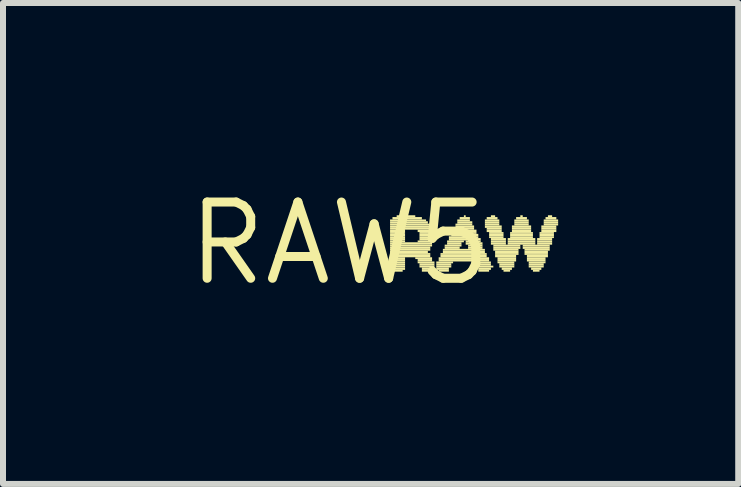
<source format=kicad_pcb>
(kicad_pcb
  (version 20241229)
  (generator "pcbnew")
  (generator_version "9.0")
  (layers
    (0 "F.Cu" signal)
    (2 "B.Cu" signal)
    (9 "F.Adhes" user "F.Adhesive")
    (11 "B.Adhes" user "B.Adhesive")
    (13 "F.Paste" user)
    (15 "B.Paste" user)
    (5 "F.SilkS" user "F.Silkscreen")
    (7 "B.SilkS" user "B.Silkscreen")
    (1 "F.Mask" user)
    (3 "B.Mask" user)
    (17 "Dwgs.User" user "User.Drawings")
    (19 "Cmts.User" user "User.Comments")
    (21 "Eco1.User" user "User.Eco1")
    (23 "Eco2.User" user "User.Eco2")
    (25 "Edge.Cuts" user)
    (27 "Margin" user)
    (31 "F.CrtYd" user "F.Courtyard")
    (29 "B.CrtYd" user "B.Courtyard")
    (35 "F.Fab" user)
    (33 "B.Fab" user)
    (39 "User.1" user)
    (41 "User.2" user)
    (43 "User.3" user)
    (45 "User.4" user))
  (footprint "RAW5"
    (layer "F.Cu")
    (at 2.608 1.006)
    (property "Reference" "RAW5" (at 0 0 0) (layer "F.SilkS") (effects (font (size 1.27 1.27) (thickness 0.15))))
    (attr through_hole)
    (fp_poly (pts (xy 0.84 -0.37) (xy 1.44 -0.37) (xy 1.44 -0.4) (xy 0.84 -0.4)) (stroke (width 0) (type solid)) (fill yes) (layer "F.SilkS"))
    (fp_poly (pts (xy 0.84 -0.33) (xy 1.47 -0.33) (xy 1.47 -0.37) (xy 0.84 -0.37)) (stroke (width 0) (type solid)) (fill yes) (layer "F.SilkS"))
    (fp_poly (pts (xy 0.84 -0.3) (xy 1.51 -0.3) (xy 1.51 -0.33) (xy 0.84 -0.33)) (stroke (width 0) (type solid)) (fill yes) (layer "F.SilkS"))
    (fp_poly (pts (xy 0.84 -0.26) (xy 1.54 -0.26) (xy 1.54 -0.3) (xy 0.84 -0.3)) (stroke (width 0) (type solid)) (fill yes) (layer "F.SilkS"))
    (fp_poly (pts (xy 0.84 -0.23) (xy 1.54 -0.23) (xy 1.54 -0.26) (xy 0.84 -0.26)) (stroke (width 0) (type solid)) (fill yes) (layer "F.SilkS"))
    (fp_poly (pts (xy 0.84 -0.19) (xy 1.09 -0.19) (xy 1.09 -0.23) (xy 0.84 -0.23)) (stroke (width 0) (type solid)) (fill yes) (layer "F.SilkS"))
    (fp_poly (pts (xy 0.84 -0.16) (xy 1.09 -0.16) (xy 1.09 -0.19) (xy 0.84 -0.19)) (stroke (width 0) (type solid)) (fill yes) (layer "F.SilkS"))
    (fp_poly (pts (xy 0.84 -0.12) (xy 1.09 -0.12) (xy 1.09 -0.16) (xy 0.84 -0.16)) (stroke (width 0) (type solid)) (fill yes) (layer "F.SilkS"))
    (fp_poly (pts (xy 0.84 -0.09) (xy 1.09 -0.09) (xy 1.09 -0.12) (xy 0.84 -0.12)) (stroke (width 0) (type solid)) (fill yes) (layer "F.SilkS"))
    (fp_poly (pts (xy 0.84 -0.05) (xy 1.09 -0.05) (xy 1.09 -0.09) (xy 0.84 -0.09)) (stroke (width 0) (type solid)) (fill yes) (layer "F.SilkS"))
    (fp_poly (pts (xy 0.84 -0.02) (xy 1.09 -0.02) (xy 1.09 -0.05) (xy 0.84 -0.05)) (stroke (width 0) (type solid)) (fill yes) (layer "F.SilkS"))
    (fp_poly (pts (xy 0.84 0.02) (xy 1.54 0.02) (xy 1.54 -0.02) (xy 0.84 -0.02)) (stroke (width 0) (type solid)) (fill yes) (layer "F.SilkS"))
    (fp_poly (pts (xy 0.84 0.05) (xy 1.54 0.05) (xy 1.54 0.02) (xy 0.84 0.02)) (stroke (width 0) (type solid)) (fill yes) (layer "F.SilkS"))
    (fp_poly (pts (xy 0.84 0.09) (xy 1.51 0.09) (xy 1.51 0.05) (xy 0.84 0.05)) (stroke (width 0) (type solid)) (fill yes) (layer "F.SilkS"))
    (fp_poly (pts (xy 0.84 0.12) (xy 1.51 0.12) (xy 1.51 0.09) (xy 0.84 0.09)) (stroke (width 0) (type solid)) (fill yes) (layer "F.SilkS"))
    (fp_poly (pts (xy 0.84 0.16) (xy 1.47 0.16) (xy 1.47 0.12) (xy 0.84 0.12)) (stroke (width 0) (type solid)) (fill yes) (layer "F.SilkS"))
    (fp_poly (pts (xy 0.84 0.19) (xy 1.51 0.19) (xy 1.51 0.16) (xy 0.84 0.16)) (stroke (width 0) (type solid)) (fill yes) (layer "F.SilkS"))
    (fp_poly (pts (xy 0.84 0.23) (xy 1.51 0.23) (xy 1.51 0.19) (xy 0.84 0.19)) (stroke (width 0) (type solid)) (fill yes) (layer "F.SilkS"))
    (fp_poly (pts (xy 0.84 0.26) (xy 1.09 0.26) (xy 1.09 0.23) (xy 0.84 0.23)) (stroke (width 0) (type solid)) (fill yes) (layer "F.SilkS"))
    (fp_poly (pts (xy 0.84 0.3) (xy 1.09 0.3) (xy 1.09 0.26) (xy 0.84 0.26)) (stroke (width 0) (type solid)) (fill yes) (layer "F.SilkS"))
    (fp_poly (pts (xy 0.84 0.33) (xy 1.09 0.33) (xy 1.09 0.3) (xy 0.84 0.3)) (stroke (width 0) (type solid)) (fill yes) (layer "F.SilkS"))
    (fp_poly (pts (xy 0.84 0.37) (xy 1.09 0.37) (xy 1.09 0.33) (xy 0.84 0.33)) (stroke (width 0) (type solid)) (fill yes) (layer "F.SilkS"))
    (fp_poly (pts (xy 0.84 0.4) (xy 1.09 0.4) (xy 1.09 0.37) (xy 0.84 0.37)) (stroke (width 0) (type solid)) (fill yes) (layer "F.SilkS"))
    (fp_poly (pts (xy 0.84 0.44) (xy 1.09 0.44) (xy 1.09 0.4) (xy 0.84 0.4)) (stroke (width 0) (type solid)) (fill yes) (layer "F.SilkS"))
    (fp_poly (pts (xy 0.88 -0.4) (xy 1.37 -0.4) (xy 1.37 -0.44) (xy 0.88 -0.44)) (stroke (width 0) (type solid)) (fill yes) (layer "F.SilkS"))
    (fp_poly (pts (xy 0.88 0.47) (xy 1.05 0.47) (xy 1.05 0.44) (xy 0.88 0.44)) (stroke (width 0) (type solid)) (fill yes) (layer "F.SilkS"))
    (fp_poly (pts (xy 0.95 -0.44) (xy 1.26 -0.44) (xy 1.26 -0.47) (xy 0.95 -0.47)) (stroke (width 0) (type solid)) (fill yes) (layer "F.SilkS"))
    (fp_poly (pts (xy 1.26 0.26) (xy 1.54 0.26) (xy 1.54 0.23) (xy 1.26 0.23)) (stroke (width 0) (type solid)) (fill yes) (layer "F.SilkS"))
    (fp_poly (pts (xy 1.3 -0.19) (xy 1.58 -0.19) (xy 1.58 -0.23) (xy 1.3 -0.23)) (stroke (width 0) (type solid)) (fill yes) (layer "F.SilkS"))
    (fp_poly (pts (xy 1.3 -0.02) (xy 1.58 -0.02) (xy 1.58 -0.05) (xy 1.3 -0.05)) (stroke (width 0) (type solid)) (fill yes) (layer "F.SilkS"))
    (fp_poly (pts (xy 1.3 0.3) (xy 1.54 0.3) (xy 1.54 0.26) (xy 1.3 0.26)) (stroke (width 0) (type solid)) (fill yes) (layer "F.SilkS"))
    (fp_poly (pts (xy 1.3 0.33) (xy 1.58 0.33) (xy 1.58 0.3) (xy 1.3 0.3)) (stroke (width 0) (type solid)) (fill yes) (layer "F.SilkS"))
    (fp_poly (pts (xy 1.33 -0.16) (xy 1.58 -0.16) (xy 1.58 -0.19) (xy 1.33 -0.19)) (stroke (width 0) (type solid)) (fill yes) (layer "F.SilkS"))
    (fp_poly (pts (xy 1.33 -0.12) (xy 1.58 -0.12) (xy 1.58 -0.16) (xy 1.33 -0.16)) (stroke (width 0) (type solid)) (fill yes) (layer "F.SilkS"))
    (fp_poly (pts (xy 1.33 -0.09) (xy 1.58 -0.09) (xy 1.58 -0.12) (xy 1.33 -0.12)) (stroke (width 0) (type solid)) (fill yes) (layer "F.SilkS"))
    (fp_poly (pts (xy 1.33 -0.05) (xy 1.58 -0.05) (xy 1.58 -0.09) (xy 1.33 -0.09)) (stroke (width 0) (type solid)) (fill yes) (layer "F.SilkS"))
    (fp_poly (pts (xy 1.33 0.37) (xy 1.58 0.37) (xy 1.58 0.33) (xy 1.33 0.33)) (stroke (width 0) (type solid)) (fill yes) (layer "F.SilkS"))
    (fp_poly (pts (xy 1.33 0.4) (xy 1.58 0.4) (xy 1.58 0.37) (xy 1.33 0.37)) (stroke (width 0) (type solid)) (fill yes) (layer "F.SilkS"))
    (fp_poly (pts (xy 1.37 0.44) (xy 1.58 0.44) (xy 1.58 0.4) (xy 1.37 0.4)) (stroke (width 0) (type solid)) (fill yes) (layer "F.SilkS"))
    (fp_poly (pts (xy 1.37 0.47) (xy 1.54 0.47) (xy 1.54 0.44) (xy 1.37 0.44)) (stroke (width 0) (type solid)) (fill yes) (layer "F.SilkS"))
    (fp_poly (pts (xy 1.61 0.33) (xy 1.89 0.33) (xy 1.89 0.3) (xy 1.61 0.3)) (stroke (width 0) (type solid)) (fill yes) (layer "F.SilkS"))
    (fp_poly (pts (xy 1.61 0.37) (xy 1.86 0.37) (xy 1.86 0.33) (xy 1.61 0.33)) (stroke (width 0) (type solid)) (fill yes) (layer "F.SilkS"))
    (fp_poly (pts (xy 1.61 0.4) (xy 1.86 0.4) (xy 1.86 0.37) (xy 1.61 0.37)) (stroke (width 0) (type solid)) (fill yes) (layer "F.SilkS"))
    (fp_poly (pts (xy 1.61 0.44) (xy 1.82 0.44) (xy 1.82 0.4) (xy 1.61 0.4)) (stroke (width 0) (type solid)) (fill yes) (layer "F.SilkS"))
    (fp_poly (pts (xy 1.65 0.26) (xy 2.49 0.26) (xy 2.49 0.23) (xy 1.65 0.23)) (stroke (width 0) (type solid)) (fill yes) (layer "F.SilkS"))
    (fp_poly (pts (xy 1.65 0.3) (xy 2.49 0.3) (xy 2.49 0.26) (xy 1.65 0.26)) (stroke (width 0) (type solid)) (fill yes) (layer "F.SilkS"))
    (fp_poly (pts (xy 1.65 0.47) (xy 1.82 0.47) (xy 1.82 0.44) (xy 1.65 0.44)) (stroke (width 0) (type solid)) (fill yes) (layer "F.SilkS"))
    (fp_poly (pts (xy 1.68 0.19) (xy 2.45 0.19) (xy 2.45 0.16) (xy 1.68 0.16)) (stroke (width 0) (type solid)) (fill yes) (layer "F.SilkS"))
    (fp_poly (pts (xy 1.68 0.23) (xy 2.45 0.23) (xy 2.45 0.19) (xy 1.68 0.19)) (stroke (width 0) (type solid)) (fill yes) (layer "F.SilkS"))
    (fp_poly (pts (xy 1.72 0.12) (xy 2.42 0.12) (xy 2.42 0.09) (xy 1.72 0.09)) (stroke (width 0) (type solid)) (fill yes) (layer "F.SilkS"))
    (fp_poly (pts (xy 1.72 0.16) (xy 2.42 0.16) (xy 2.42 0.12) (xy 1.72 0.12)) (stroke (width 0) (type solid)) (fill yes) (layer "F.SilkS"))
    (fp_poly (pts (xy 1.75 0.05) (xy 2.03 0.05) (xy 2.03 0.02) (xy 1.75 0.02)) (stroke (width 0) (type solid)) (fill yes) (layer "F.SilkS"))
    (fp_poly (pts (xy 1.75 0.09) (xy 2 0.09) (xy 2 0.05) (xy 1.75 0.05)) (stroke (width 0) (type solid)) (fill yes) (layer "F.SilkS"))
    (fp_poly (pts (xy 1.79 -0.02) (xy 2.07 -0.02) (xy 2.07 -0.05) (xy 1.79 -0.05)) (stroke (width 0) (type solid)) (fill yes) (layer "F.SilkS"))
    (fp_poly (pts (xy 1.79 0.02) (xy 2.03 0.02) (xy 2.03 -0.02) (xy 1.79 -0.02)) (stroke (width 0) (type solid)) (fill yes) (layer "F.SilkS"))
    (fp_poly (pts (xy 1.82 -0.09) (xy 2.31 -0.09) (xy 2.31 -0.12) (xy 1.82 -0.12)) (stroke (width 0) (type solid)) (fill yes) (layer "F.SilkS"))
    (fp_poly (pts (xy 1.82 -0.05) (xy 2.35 -0.05) (xy 2.35 -0.09) (xy 1.82 -0.09)) (stroke (width 0) (type solid)) (fill yes) (layer "F.SilkS"))
    (fp_poly (pts (xy 1.86 -0.16) (xy 2.28 -0.16) (xy 2.28 -0.19) (xy 1.86 -0.19)) (stroke (width 0) (type solid)) (fill yes) (layer "F.SilkS"))
    (fp_poly (pts (xy 1.86 -0.12) (xy 2.31 -0.12) (xy 2.31 -0.16) (xy 1.86 -0.16)) (stroke (width 0) (type solid)) (fill yes) (layer "F.SilkS"))
    (fp_poly (pts (xy 1.89 -0.23) (xy 2.24 -0.23) (xy 2.24 -0.26) (xy 1.89 -0.26)) (stroke (width 0) (type solid)) (fill yes) (layer "F.SilkS"))
    (fp_poly (pts (xy 1.89 -0.19) (xy 2.28 -0.19) (xy 2.28 -0.23) (xy 1.89 -0.23)) (stroke (width 0) (type solid)) (fill yes) (layer "F.SilkS"))
    (fp_poly (pts (xy 1.93 -0.3) (xy 2.21 -0.3) (xy 2.21 -0.33) (xy 1.93 -0.33)) (stroke (width 0) (type solid)) (fill yes) (layer "F.SilkS"))
    (fp_poly (pts (xy 1.93 -0.26) (xy 2.24 -0.26) (xy 2.24 -0.3) (xy 1.93 -0.3)) (stroke (width 0) (type solid)) (fill yes) (layer "F.SilkS"))
    (fp_poly (pts (xy 1.96 -0.37) (xy 2.17 -0.37) (xy 2.17 -0.4) (xy 1.96 -0.4)) (stroke (width 0) (type solid)) (fill yes) (layer "F.SilkS"))
    (fp_poly (pts (xy 1.96 -0.33) (xy 2.21 -0.33) (xy 2.21 -0.37) (xy 1.96 -0.37)) (stroke (width 0) (type solid)) (fill yes) (layer "F.SilkS"))
    (fp_poly (pts (xy 2 -0.4) (xy 2.17 -0.4) (xy 2.17 -0.44) (xy 2 -0.44)) (stroke (width 0) (type solid)) (fill yes) (layer "F.SilkS"))
    (fp_poly (pts (xy 2.07 -0.44) (xy 2.1 -0.44) (xy 2.1 -0.47) (xy 2.07 -0.47)) (stroke (width 0) (type solid)) (fill yes) (layer "F.SilkS"))
    (fp_poly (pts (xy 2.1 -0.02) (xy 2.35 -0.02) (xy 2.35 -0.05) (xy 2.1 -0.05)) (stroke (width 0) (type solid)) (fill yes) (layer "F.SilkS"))
    (fp_poly (pts (xy 2.1 0.02) (xy 2.38 0.02) (xy 2.38 -0.02) (xy 2.1 -0.02)) (stroke (width 0) (type solid)) (fill yes) (layer "F.SilkS"))
    (fp_poly (pts (xy 2.14 0.05) (xy 2.38 0.05) (xy 2.38 0.02) (xy 2.14 0.02)) (stroke (width 0) (type solid)) (fill yes) (layer "F.SilkS"))
    (fp_poly (pts (xy 2.14 0.09) (xy 2.38 0.09) (xy 2.38 0.05) (xy 2.14 0.05)) (stroke (width 0) (type solid)) (fill yes) (layer "F.SilkS"))
    (fp_poly (pts (xy 2.24 0.33) (xy 2.52 0.33) (xy 2.52 0.3) (xy 2.24 0.3)) (stroke (width 0) (type solid)) (fill yes) (layer "F.SilkS"))
    (fp_poly (pts (xy 2.28 0.37) (xy 2.52 0.37) (xy 2.52 0.33) (xy 2.28 0.33)) (stroke (width 0) (type solid)) (fill yes) (layer "F.SilkS"))
    (fp_poly (pts (xy 2.28 0.4) (xy 2.56 0.4) (xy 2.56 0.37) (xy 2.28 0.37)) (stroke (width 0) (type solid)) (fill yes) (layer "F.SilkS"))
    (fp_poly (pts (xy 2.31 0.44) (xy 2.52 0.44) (xy 2.52 0.4) (xy 2.31 0.4)) (stroke (width 0) (type solid)) (fill yes) (layer "F.SilkS"))
    (fp_poly (pts (xy 2.31 0.47) (xy 2.49 0.47) (xy 2.49 0.44) (xy 2.31 0.44)) (stroke (width 0) (type solid)) (fill yes) (layer "F.SilkS"))
    (fp_poly (pts (xy 2.42 -0.37) (xy 2.66 -0.37) (xy 2.66 -0.4) (xy 2.42 -0.4)) (stroke (width 0) (type solid)) (fill yes) (layer "F.SilkS"))
    (fp_poly (pts (xy 2.42 -0.33) (xy 2.66 -0.33) (xy 2.66 -0.37) (xy 2.42 -0.37)) (stroke (width 0) (type solid)) (fill yes) (layer "F.SilkS"))
    (fp_poly (pts (xy 2.42 -0.3) (xy 2.66 -0.3) (xy 2.66 -0.33) (xy 2.42 -0.33)) (stroke (width 0) (type solid)) (fill yes) (layer "F.SilkS"))
    (fp_poly (pts (xy 2.42 -0.26) (xy 2.7 -0.26) (xy 2.7 -0.3) (xy 2.42 -0.3)) (stroke (width 0) (type solid)) (fill yes) (layer "F.SilkS"))
    (fp_poly (pts (xy 2.45 -0.4) (xy 2.63 -0.4) (xy 2.63 -0.44) (xy 2.45 -0.44)) (stroke (width 0) (type solid)) (fill yes) (layer "F.SilkS"))
    (fp_poly (pts (xy 2.45 -0.23) (xy 2.7 -0.23) (xy 2.7 -0.26) (xy 2.45 -0.26)) (stroke (width 0) (type solid)) (fill yes) (layer "F.SilkS"))
    (fp_poly (pts (xy 2.45 -0.19) (xy 2.7 -0.19) (xy 2.7 -0.23) (xy 2.45 -0.23)) (stroke (width 0) (type solid)) (fill yes) (layer "F.SilkS"))
    (fp_poly (pts (xy 2.49 -0.16) (xy 2.73 -0.16) (xy 2.73 -0.19) (xy 2.49 -0.19)) (stroke (width 0) (type solid)) (fill yes) (layer "F.SilkS"))
    (fp_poly (pts (xy 2.49 -0.12) (xy 2.73 -0.12) (xy 2.73 -0.16) (xy 2.49 -0.16)) (stroke (width 0) (type solid)) (fill yes) (layer "F.SilkS"))
    (fp_poly (pts (xy 2.49 -0.09) (xy 2.73 -0.09) (xy 2.73 -0.12) (xy 2.49 -0.12)) (stroke (width 0) (type solid)) (fill yes) (layer "F.SilkS"))
    (fp_poly (pts (xy 2.52 -0.44) (xy 2.59 -0.44) (xy 2.59 -0.47) (xy 2.52 -0.47)) (stroke (width 0) (type solid)) (fill yes) (layer "F.SilkS"))
    (fp_poly (pts (xy 2.52 -0.05) (xy 2.77 -0.05) (xy 2.77 -0.09) (xy 2.52 -0.09)) (stroke (width 0) (type solid)) (fill yes) (layer "F.SilkS"))
    (fp_poly (pts (xy 2.52 -0.02) (xy 2.77 -0.02) (xy 2.77 -0.05) (xy 2.52 -0.05)) (stroke (width 0) (type solid)) (fill yes) (layer "F.SilkS"))
    (fp_poly (pts (xy 2.52 0.02) (xy 2.77 0.02) (xy 2.77 -0.02) (xy 2.52 -0.02)) (stroke (width 0) (type solid)) (fill yes) (layer "F.SilkS"))
    (fp_poly (pts (xy 2.56 0.05) (xy 3.01 0.05) (xy 3.01 0.02) (xy 2.56 0.02)) (stroke (width 0) (type solid)) (fill yes) (layer "F.SilkS"))
    (fp_poly (pts (xy 2.56 0.09) (xy 3.01 0.09) (xy 3.01 0.05) (xy 2.56 0.05)) (stroke (width 0) (type solid)) (fill yes) (layer "F.SilkS"))
    (fp_poly (pts (xy 2.56 0.12) (xy 2.98 0.12) (xy 2.98 0.09) (xy 2.56 0.09)) (stroke (width 0) (type solid)) (fill yes) (layer "F.SilkS"))
    (fp_poly (pts (xy 2.59 0.16) (xy 2.98 0.16) (xy 2.98 0.12) (xy 2.59 0.12)) (stroke (width 0) (type solid)) (fill yes) (layer "F.SilkS"))
    (fp_poly (pts (xy 2.59 0.19) (xy 2.98 0.19) (xy 2.98 0.16) (xy 2.59 0.16)) (stroke (width 0) (type solid)) (fill yes) (layer "F.SilkS"))
    (fp_poly (pts (xy 2.59 0.23) (xy 2.94 0.23) (xy 2.94 0.19) (xy 2.59 0.19)) (stroke (width 0) (type solid)) (fill yes) (layer "F.SilkS"))
    (fp_poly (pts (xy 2.63 0.26) (xy 2.94 0.26) (xy 2.94 0.23) (xy 2.63 0.23)) (stroke (width 0) (type solid)) (fill yes) (layer "F.SilkS"))
    (fp_poly (pts (xy 2.63 0.3) (xy 2.94 0.3) (xy 2.94 0.26) (xy 2.63 0.26)) (stroke (width 0) (type solid)) (fill yes) (layer "F.SilkS"))
    (fp_poly (pts (xy 2.63 0.33) (xy 2.91 0.33) (xy 2.91 0.3) (xy 2.63 0.3)) (stroke (width 0) (type solid)) (fill yes) (layer "F.SilkS"))
    (fp_poly (pts (xy 2.66 0.37) (xy 2.91 0.37) (xy 2.91 0.33) (xy 2.66 0.33)) (stroke (width 0) (type solid)) (fill yes) (layer "F.SilkS"))
    (fp_poly (pts (xy 2.66 0.4) (xy 2.91 0.4) (xy 2.91 0.37) (xy 2.66 0.37)) (stroke (width 0) (type solid)) (fill yes) (layer "F.SilkS"))
    (fp_poly (pts (xy 2.7 0.44) (xy 2.87 0.44) (xy 2.87 0.4) (xy 2.7 0.4)) (stroke (width 0) (type solid)) (fill yes) (layer "F.SilkS"))
    (fp_poly (pts (xy 2.73 0.47) (xy 2.84 0.47) (xy 2.84 0.44) (xy 2.73 0.44)) (stroke (width 0) (type solid)) (fill yes) (layer "F.SilkS"))
    (fp_poly (pts (xy 2.8 -0.05) (xy 3.26 -0.05) (xy 3.26 -0.09) (xy 2.8 -0.09)) (stroke (width 0) (type solid)) (fill yes) (layer "F.SilkS"))
    (fp_poly (pts (xy 2.8 -0.02) (xy 3.26 -0.02) (xy 3.26 -0.05) (xy 2.8 -0.05)) (stroke (width 0) (type solid)) (fill yes) (layer "F.SilkS"))
    (fp_poly (pts (xy 2.8 0.02) (xy 3.26 0.02) (xy 3.26 -0.02) (xy 2.8 -0.02)) (stroke (width 0) (type solid)) (fill yes) (layer "F.SilkS"))
    (fp_poly (pts (xy 2.84 -0.16) (xy 3.22 -0.16) (xy 3.22 -0.19) (xy 2.84 -0.19)) (stroke (width 0) (type solid)) (fill yes) (layer "F.SilkS"))
    (fp_poly (pts (xy 2.84 -0.12) (xy 3.22 -0.12) (xy 3.22 -0.16) (xy 2.84 -0.16)) (stroke (width 0) (type solid)) (fill yes) (layer "F.SilkS"))
    (fp_poly (pts (xy 2.84 -0.09) (xy 3.22 -0.09) (xy 3.22 -0.12) (xy 2.84 -0.12)) (stroke (width 0) (type solid)) (fill yes) (layer "F.SilkS"))
    (fp_poly (pts (xy 2.87 -0.26) (xy 3.19 -0.26) (xy 3.19 -0.3) (xy 2.87 -0.3)) (stroke (width 0) (type solid)) (fill yes) (layer "F.SilkS"))
    (fp_poly (pts (xy 2.87 -0.23) (xy 3.19 -0.23) (xy 3.19 -0.26) (xy 2.87 -0.26)) (stroke (width 0) (type solid)) (fill yes) (layer "F.SilkS"))
    (fp_poly (pts (xy 2.87 -0.19) (xy 3.19 -0.19) (xy 3.19 -0.23) (xy 2.87 -0.23)) (stroke (width 0) (type solid)) (fill yes) (layer "F.SilkS"))
    (fp_poly (pts (xy 2.91 -0.37) (xy 3.15 -0.37) (xy 3.15 -0.4) (xy 2.91 -0.4)) (stroke (width 0) (type solid)) (fill yes) (layer "F.SilkS"))
    (fp_poly (pts (xy 2.91 -0.33) (xy 3.15 -0.33) (xy 3.15 -0.37) (xy 2.91 -0.37)) (stroke (width 0) (type solid)) (fill yes) (layer "F.SilkS"))
    (fp_poly (pts (xy 2.91 -0.3) (xy 3.15 -0.3) (xy 3.15 -0.33) (xy 2.91 -0.33)) (stroke (width 0) (type solid)) (fill yes) (layer "F.SilkS"))
    (fp_poly (pts (xy 2.94 -0.4) (xy 3.12 -0.4) (xy 3.12 -0.44) (xy 2.94 -0.44)) (stroke (width 0) (type solid)) (fill yes) (layer "F.SilkS"))
    (fp_poly (pts (xy 3.01 -0.44) (xy 3.05 -0.44) (xy 3.05 -0.47) (xy 3.01 -0.47)) (stroke (width 0) (type solid)) (fill yes) (layer "F.SilkS"))
    (fp_poly (pts (xy 3.05 0.05) (xy 3.5 0.05) (xy 3.5 0.02) (xy 3.05 0.02)) (stroke (width 0) (type solid)) (fill yes) (layer "F.SilkS"))
    (fp_poly (pts (xy 3.05 0.09) (xy 3.5 0.09) (xy 3.5 0.05) (xy 3.05 0.05)) (stroke (width 0) (type solid)) (fill yes) (layer "F.SilkS"))
    (fp_poly (pts (xy 3.08 0.12) (xy 3.5 0.12) (xy 3.5 0.09) (xy 3.08 0.09)) (stroke (width 0) (type solid)) (fill yes) (layer "F.SilkS"))
    (fp_poly (pts (xy 3.08 0.16) (xy 3.47 0.16) (xy 3.47 0.12) (xy 3.08 0.12)) (stroke (width 0) (type solid)) (fill yes) (layer "F.SilkS"))
    (fp_poly (pts (xy 3.08 0.19) (xy 3.47 0.19) (xy 3.47 0.16) (xy 3.08 0.16)) (stroke (width 0) (type solid)) (fill yes) (layer "F.SilkS"))
    (fp_poly (pts (xy 3.12 0.23) (xy 3.47 0.23) (xy 3.47 0.19) (xy 3.12 0.19)) (stroke (width 0) (type solid)) (fill yes) (layer "F.SilkS"))
    (fp_poly (pts (xy 3.12 0.26) (xy 3.43 0.26) (xy 3.43 0.23) (xy 3.12 0.23)) (stroke (width 0) (type solid)) (fill yes) (layer "F.SilkS"))
    (fp_poly (pts (xy 3.12 0.3) (xy 3.43 0.3) (xy 3.43 0.26) (xy 3.12 0.26)) (stroke (width 0) (type solid)) (fill yes) (layer "F.SilkS"))
    (fp_poly (pts (xy 3.15 0.33) (xy 3.43 0.33) (xy 3.43 0.3) (xy 3.15 0.3)) (stroke (width 0) (type solid)) (fill yes) (layer "F.SilkS"))
    (fp_poly (pts (xy 3.15 0.37) (xy 3.4 0.37) (xy 3.4 0.33) (xy 3.15 0.33)) (stroke (width 0) (type solid)) (fill yes) (layer "F.SilkS"))
    (fp_poly (pts (xy 3.15 0.4) (xy 3.4 0.4) (xy 3.4 0.37) (xy 3.15 0.37)) (stroke (width 0) (type solid)) (fill yes) (layer "F.SilkS"))
    (fp_poly (pts (xy 3.19 0.44) (xy 3.36 0.44) (xy 3.36 0.4) (xy 3.19 0.4)) (stroke (width 0) (type solid)) (fill yes) (layer "F.SilkS"))
    (fp_poly (pts (xy 3.22 0.47) (xy 3.33 0.47) (xy 3.33 0.44) (xy 3.22 0.44)) (stroke (width 0) (type solid)) (fill yes) (layer "F.SilkS"))
    (fp_poly (pts (xy 3.29 -0.05) (xy 3.54 -0.05) (xy 3.54 -0.09) (xy 3.29 -0.09)) (stroke (width 0) (type solid)) (fill yes) (layer "F.SilkS"))
    (fp_poly (pts (xy 3.29 -0.02) (xy 3.54 -0.02) (xy 3.54 -0.05) (xy 3.29 -0.05)) (stroke (width 0) (type solid)) (fill yes) (layer "F.SilkS"))
    (fp_poly (pts (xy 3.29 0.02) (xy 3.54 0.02) (xy 3.54 -0.02) (xy 3.29 -0.02)) (stroke (width 0) (type solid)) (fill yes) (layer "F.SilkS"))
    (fp_poly (pts (xy 3.33 -0.16) (xy 3.57 -0.16) (xy 3.57 -0.19) (xy 3.33 -0.19)) (stroke (width 0) (type solid)) (fill yes) (layer "F.SilkS"))
    (fp_poly (pts (xy 3.33 -0.12) (xy 3.57 -0.12) (xy 3.57 -0.16) (xy 3.33 -0.16)) (stroke (width 0) (type solid)) (fill yes) (layer "F.SilkS"))
    (fp_poly (pts (xy 3.33 -0.09) (xy 3.57 -0.09) (xy 3.57 -0.12) (xy 3.33 -0.12)) (stroke (width 0) (type solid)) (fill yes) (layer "F.SilkS"))
    (fp_poly (pts (xy 3.36 -0.26) (xy 3.61 -0.26) (xy 3.61 -0.3) (xy 3.36 -0.3)) (stroke (width 0) (type solid)) (fill yes) (layer "F.SilkS"))
    (fp_poly (pts (xy 3.36 -0.23) (xy 3.61 -0.23) (xy 3.61 -0.26) (xy 3.36 -0.26)) (stroke (width 0) (type solid)) (fill yes) (layer "F.SilkS"))
    (fp_poly (pts (xy 3.36 -0.19) (xy 3.61 -0.19) (xy 3.61 -0.23) (xy 3.36 -0.23)) (stroke (width 0) (type solid)) (fill yes) (layer "F.SilkS"))
    (fp_poly (pts (xy 3.4 -0.37) (xy 3.64 -0.37) (xy 3.64 -0.4) (xy 3.4 -0.4)) (stroke (width 0) (type solid)) (fill yes) (layer "F.SilkS"))
    (fp_poly (pts (xy 3.4 -0.33) (xy 3.64 -0.33) (xy 3.64 -0.37) (xy 3.4 -0.37)) (stroke (width 0) (type solid)) (fill yes) (layer "F.SilkS"))
    (fp_poly (pts (xy 3.4 -0.3) (xy 3.64 -0.3) (xy 3.64 -0.33) (xy 3.4 -0.33)) (stroke (width 0) (type solid)) (fill yes) (layer "F.SilkS"))
    (fp_poly (pts (xy 3.43 -0.4) (xy 3.61 -0.4) (xy 3.61 -0.44) (xy 3.43 -0.44)) (stroke (width 0) (type solid)) (fill yes) (layer "F.SilkS"))
    (fp_poly (pts (xy 3.47 -0.44) (xy 3.54 -0.44) (xy 3.54 -0.47) (xy 3.47 -0.47)) (stroke (width 0) (type solid)) (fill yes) (layer "F.SilkS")))
  (gr_rect
    (start -3 -3)
    (end 9.248 5.012)
    (stroke (width 0.1) (type default))
    (fill no)
    (layer "Edge.Cuts")))
</source>
